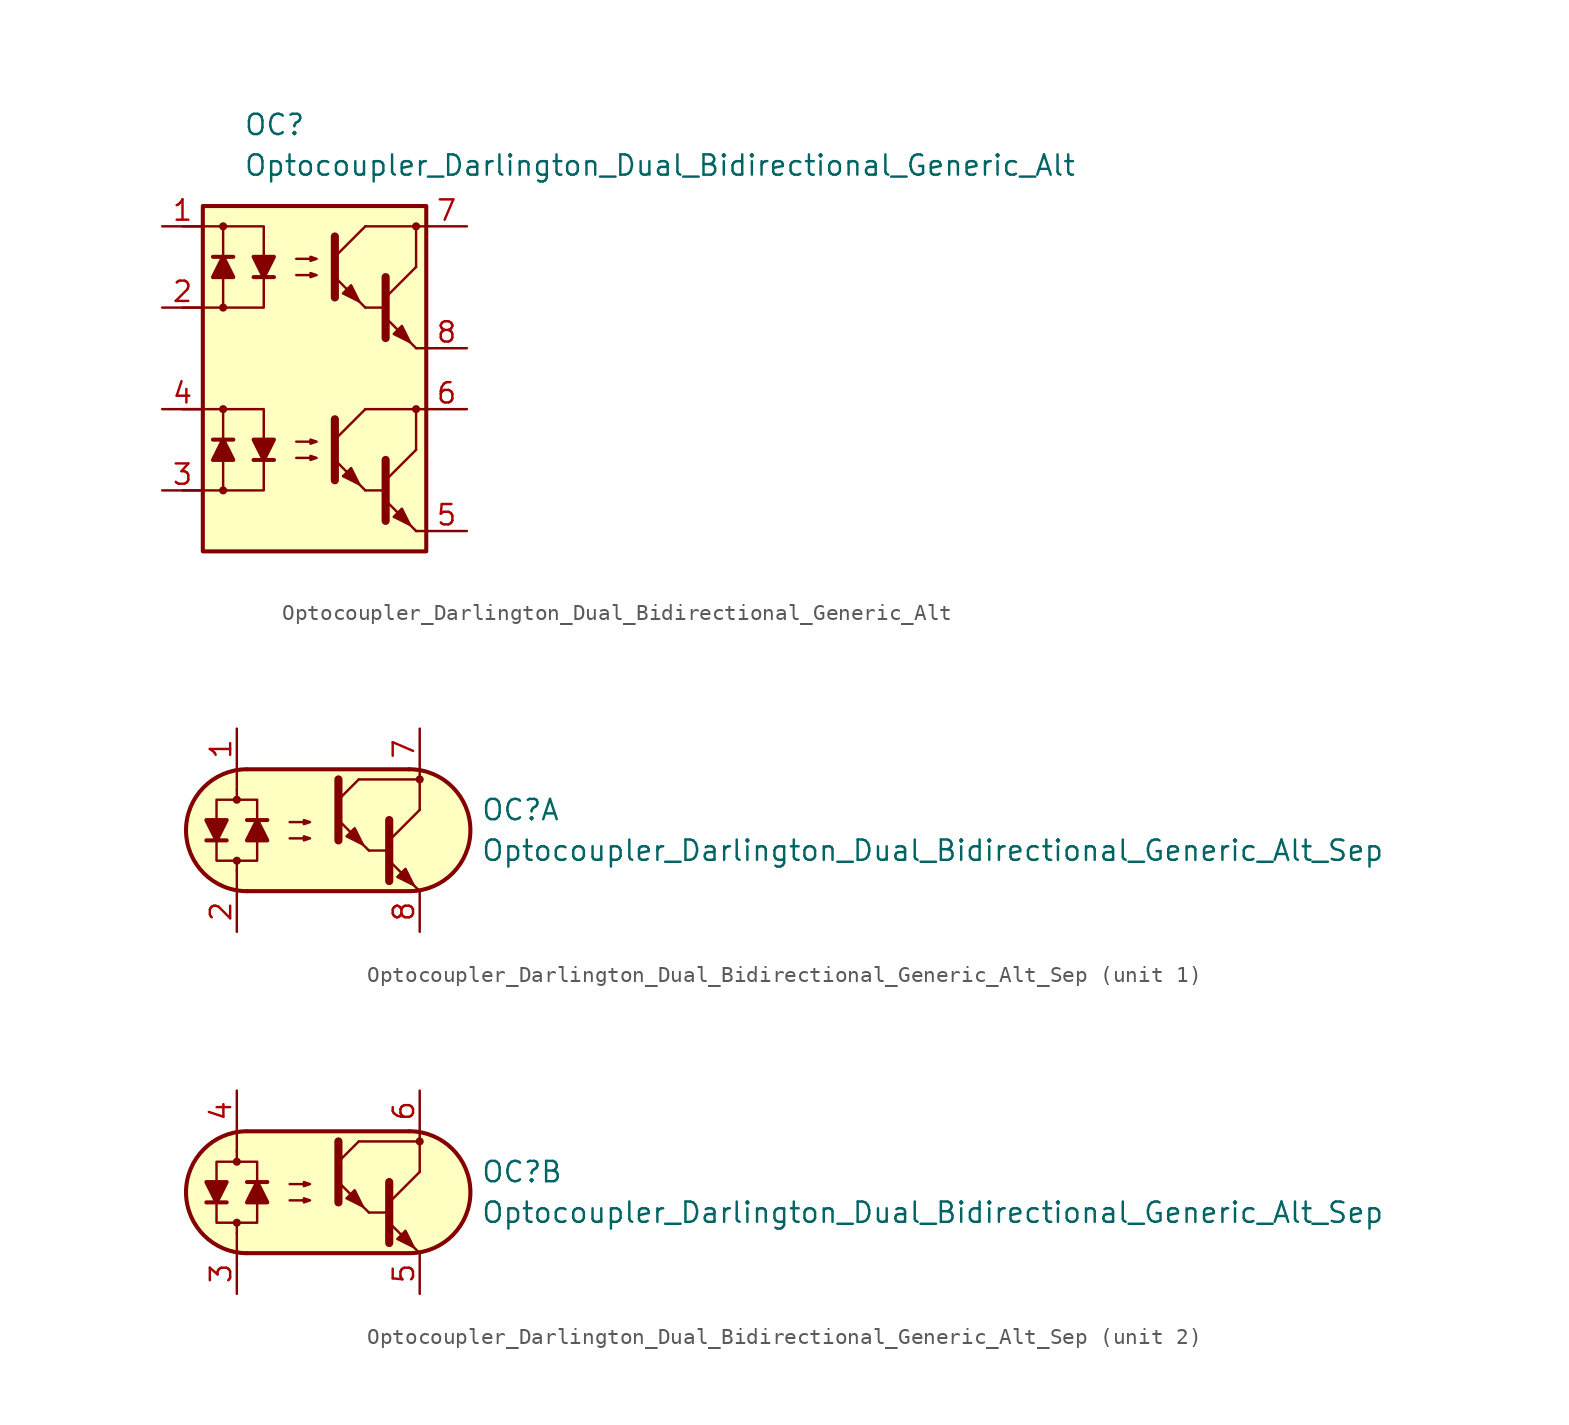
<source format=kicad_sym>
(kicad_symbol_lib
  (version 20211014)
  (generator kicad_symbol_editor)
  (symbol "Optocoupler_AKL:Optocoupler_Darlington_Dual_Bidirectional_Generic_Alt"
    (pin_names
      (offset 1.016))
    (property "Reference" "OC"
      (at -3.81 15.24 0)
      (effects (font (size 1.27 1.27)) (justify left)))
    (property "Value" "Optocoupler_Darlington_Dual_Bidirectional_Generic_Alt"
      (at -3.81 12.7 0)
      (effects (font (size 1.27 1.27)) (justify left)))
    (symbol "Optocoupler_Darlington_Dual_Bidirectional_Generic_Alt_0_1"
      (rectangle (start -6.35 10.16) (end 7.62 -11.43) (stroke (width 0.254) (type default) (color 0 0 0 0)) (fill (type background)))
      (polyline (pts (xy 3.81 3.81) (xy 5.08 3.81)) (stroke (width 0) (type default) (color 0 0 0 0)) (fill (type none)))
      (polyline (pts (xy 5.08 4.445) (xy 6.985 6.35)) (stroke (width 0) (type default) (color 0 0 0 0)) (fill (type none)))
      (polyline (pts (xy 6.985 1.27) (xy 5.08 3.175)) (stroke (width 0) (type default) (color 0 0 0 0)) (fill (type outline)))
      (polyline (pts (xy 6.985 1.27) (xy 7.62 1.27)) (stroke (width 0) (type default) (color 0 0 0 0)) (fill (type none)))
      (polyline (pts (xy 6.985 6.35) (xy 6.985 8.89)) (stroke (width 0) (type default) (color 0 0 0 0)) (fill (type none)))
      (polyline (pts (xy 7.62 8.89) (xy 3.81 8.89)) (stroke (width 0) (type default) (color 0 0 0 0)) (fill (type none)))
      (polyline (pts (xy 5.08 5.715) (xy 5.08 1.905) (xy 5.08 1.905)) (stroke (width 0.508) (type default) (color 0 0 0 0)) (fill (type none)))
      (polyline (pts (xy -0.508 5.842) (xy 0.762 5.842) (xy 0.381 5.715) (xy 0.381 5.969) (xy 0.762 5.842)) (stroke (width 0) (type default) (color 0 0 0 0)) (fill (type none)))
      (polyline (pts (xy -0.508 6.858) (xy 0.762 6.858) (xy 0.381 6.731) (xy 0.381 6.985) (xy 0.762 6.858)) (stroke (width 0) (type default) (color 0 0 0 0)) (fill (type none)))
      (polyline (pts (xy 5.588 2.159) (xy 6.096 2.667) (xy 6.604 1.651) (xy 5.588 2.159) (xy 5.588 2.159)) (stroke (width 0) (type default) (color 0 0 0 0)) (fill (type outline)))
      (circle (center 6.985 8.89) (radius 0.178) (stroke (width 0)) (stroke (width 0) (type default) (color 0 0 0 0)) (fill (type outline))))
    (symbol "Optocoupler_Darlington_Dual_Bidirectional_Generic_Alt_1_1"
      (circle (center -5.08 -7.62) (radius 0.178) (stroke (width 0)) (stroke (width 0) (type default) (color 0 0 0 0)) (fill (type outline)))
      (circle (center -5.08 -2.54) (radius 0.178) (stroke (width 0)) (stroke (width 0) (type default) (color 0 0 0 0)) (fill (type outline)))
      (circle (center -5.08 3.81) (radius 0.178) (stroke (width 0)) (stroke (width 0) (type default) (color 0 0 0 0)) (fill (type outline)))
      (circle (center -5.08 8.89) (radius 0.178) (stroke (width 0)) (stroke (width 0) (type default) (color 0 0 0 0)) (fill (type outline)))
      (polyline (pts (xy -4.445 -4.445) (xy -5.715 -4.445)) (stroke (width 0.254) (type default) (color 0 0 0 0)) (fill (type none)))
      (polyline (pts (xy -4.445 6.985) (xy -5.715 6.985)) (stroke (width 0.254) (type default) (color 0 0 0 0)) (fill (type none)))
      (polyline (pts (xy -3.175 -5.715) (xy -1.905 -5.715)) (stroke (width 0.254) (type default) (color 0 0 0 0)) (fill (type none)))
      (polyline (pts (xy -3.175 5.715) (xy -1.905 5.715)) (stroke (width 0.254) (type default) (color 0 0 0 0)) (fill (type none)))
      (polyline (pts (xy 1.905 -4.445) (xy 3.81 -2.54)) (stroke (width 0) (type default) (color 0 0 0 0)) (fill (type none)))
      (polyline (pts (xy 1.905 6.985) (xy 3.81 8.89)) (stroke (width 0) (type default) (color 0 0 0 0)) (fill (type none)))
      (polyline (pts (xy 3.81 -7.62) (xy 1.905 -5.715)) (stroke (width 0) (type default) (color 0 0 0 0)) (fill (type outline)))
      (polyline (pts (xy 3.81 -7.62) (xy 5.08 -7.62)) (stroke (width 0) (type default) (color 0 0 0 0)) (fill (type none)))
      (polyline (pts (xy 3.81 3.81) (xy 1.905 5.715)) (stroke (width 0) (type default) (color 0 0 0 0)) (fill (type outline)))
      (polyline (pts (xy 5.08 -6.985) (xy 6.985 -5.08)) (stroke (width 0) (type default) (color 0 0 0 0)) (fill (type none)))
      (polyline (pts (xy 6.985 -10.16) (xy 5.08 -8.255)) (stroke (width 0) (type default) (color 0 0 0 0)) (fill (type outline)))
      (polyline (pts (xy 6.985 -10.16) (xy 7.62 -10.16)) (stroke (width 0) (type default) (color 0 0 0 0)) (fill (type none)))
      (polyline (pts (xy 6.985 -5.08) (xy 6.985 -2.54)) (stroke (width 0) (type default) (color 0 0 0 0)) (fill (type none)))
      (polyline (pts (xy 7.62 -2.54) (xy 3.81 -2.54)) (stroke (width 0) (type default) (color 0 0 0 0)) (fill (type none)))
      (polyline (pts (xy -7.62 -2.54) (xy -5.08 -2.54) (xy -5.08 -5.715)) (stroke (width 0) (type default) (color 0 0 0 0)) (fill (type none)))
      (polyline (pts (xy -7.62 8.89) (xy -5.08 8.89) (xy -5.08 5.715)) (stroke (width 0) (type default) (color 0 0 0 0)) (fill (type none)))
      (polyline (pts (xy -5.08 -5.715) (xy -5.08 -7.62) (xy -7.62 -7.62)) (stroke (width 0) (type default) (color 0 0 0 0)) (fill (type none)))
      (polyline (pts (xy -5.08 -2.54) (xy -2.54 -2.54) (xy -2.54 -5.715)) (stroke (width 0) (type default) (color 0 0 0 0)) (fill (type none)))
      (polyline (pts (xy -5.08 5.715) (xy -5.08 3.81) (xy -7.62 3.81)) (stroke (width 0) (type default) (color 0 0 0 0)) (fill (type none)))
      (polyline (pts (xy -5.08 8.89) (xy -2.54 8.89) (xy -2.54 5.715)) (stroke (width 0) (type default) (color 0 0 0 0)) (fill (type none)))
      (polyline (pts (xy -2.54 -5.715) (xy -2.54 -7.62) (xy -5.08 -7.62)) (stroke (width 0) (type default) (color 0 0 0 0)) (fill (type none)))
      (polyline (pts (xy -2.54 5.715) (xy -2.54 3.81) (xy -5.08 3.81)) (stroke (width 0) (type default) (color 0 0 0 0)) (fill (type none)))
      (polyline (pts (xy 1.905 -3.175) (xy 1.905 -6.985) (xy 1.905 -6.985)) (stroke (width 0.508) (type default) (color 0 0 0 0)) (fill (type none)))
      (polyline (pts (xy 1.905 8.255) (xy 1.905 4.445) (xy 1.905 4.445)) (stroke (width 0.508) (type default) (color 0 0 0 0)) (fill (type none)))
      (polyline (pts (xy 5.08 -5.715) (xy 5.08 -9.525) (xy 5.08 -9.525)) (stroke (width 0.508) (type default) (color 0 0 0 0)) (fill (type none)))
      (polyline (pts (xy -5.08 -4.445) (xy -4.445 -5.715) (xy -5.715 -5.715) (xy -5.08 -4.445)) (stroke (width 0.254) (type default) (color 0 0 0 0)) (fill (type outline)))
      (polyline (pts (xy -5.08 6.985) (xy -4.445 5.715) (xy -5.715 5.715) (xy -5.08 6.985)) (stroke (width 0.254) (type default) (color 0 0 0 0)) (fill (type outline)))
      (polyline (pts (xy -2.54 -5.715) (xy -3.175 -4.445) (xy -1.905 -4.445) (xy -2.54 -5.715)) (stroke (width 0.254) (type default) (color 0 0 0 0)) (fill (type outline)))
      (polyline (pts (xy -2.54 5.715) (xy -3.175 6.985) (xy -1.905 6.985) (xy -2.54 5.715)) (stroke (width 0.254) (type default) (color 0 0 0 0)) (fill (type outline)))
      (polyline (pts (xy -0.508 -5.588) (xy 0.762 -5.588) (xy 0.381 -5.715) (xy 0.381 -5.461) (xy 0.762 -5.588)) (stroke (width 0) (type default) (color 0 0 0 0)) (fill (type none)))
      (polyline (pts (xy -0.508 -4.572) (xy 0.762 -4.572) (xy 0.381 -4.699) (xy 0.381 -4.445) (xy 0.762 -4.572)) (stroke (width 0) (type default) (color 0 0 0 0)) (fill (type none)))
      (polyline (pts (xy 2.413 -6.731) (xy 2.921 -6.223) (xy 3.429 -7.239) (xy 2.413 -6.731) (xy 2.413 -6.731)) (stroke (width 0) (type default) (color 0 0 0 0)) (fill (type outline)))
      (polyline (pts (xy 2.413 4.699) (xy 2.921 5.207) (xy 3.429 4.191) (xy 2.413 4.699) (xy 2.413 4.699)) (stroke (width 0) (type default) (color 0 0 0 0)) (fill (type outline)))
      (polyline (pts (xy 5.588 -9.271) (xy 6.096 -8.763) (xy 6.604 -9.779) (xy 5.588 -9.271) (xy 5.588 -9.271)) (stroke (width 0) (type default) (color 0 0 0 0)) (fill (type outline)))
      (circle (center 6.985 -2.54) (radius 0.178) (stroke (width 0)) (stroke (width 0) (type default) (color 0 0 0 0)) (fill (type outline)))
      (pin passive line (at -8.89 8.89 0) (length 2.54) (name "~" (effects (font (size 1.27 1.27)))) (number "1" (effects (font (size 1.27 1.27)))))
      (pin passive line (at -8.89 3.81 0) (length 2.54) (name "~" (effects (font (size 1.27 1.27)))) (number "2" (effects (font (size 1.27 1.27)))))
      (pin passive line (at -8.89 -7.62 0) (length 2.54) (name "~" (effects (font (size 1.27 1.27)))) (number "3" (effects (font (size 1.27 1.27)))))
      (pin passive line (at -8.89 -2.54 0) (length 2.54) (name "~" (effects (font (size 1.27 1.27)))) (number "4" (effects (font (size 1.27 1.27)))))
      (pin passive line (at 10.16 -10.16 180) (length 2.54) (name "~" (effects (font (size 1.27 1.27)))) (number "5" (effects (font (size 1.27 1.27)))))
      (pin passive line (at 10.16 -2.54 180) (length 2.54) (name "~" (effects (font (size 1.27 1.27)))) (number "6" (effects (font (size 1.27 1.27)))))
      (pin passive line (at 10.16 8.89 180) (length 2.54) (name "~" (effects (font (size 1.27 1.27)))) (number "7" (effects (font (size 1.27 1.27)))))
      (pin passive line (at 10.16 1.27 180) (length 2.54) (name "~" (effects (font (size 1.27 1.27)))) (number "8" (effects (font (size 1.27 1.27)))))))
  (symbol "Optocoupler_AKL:Optocoupler_Darlington_Dual_Bidirectional_Generic_Alt_Sep"
    (pin_names
      (offset 1.016))
    (property "Reference" "OC"
      (at 10.16 1.27 0)
      (effects (font (size 1.27 1.27)) (justify left)))
    (property "Value" "Optocoupler_Darlington_Dual_Bidirectional_Generic_Alt_Sep"
      (at 10.16 -1.27 0)
      (effects (font (size 1.27 1.27)) (justify left)))
    (symbol "Optocoupler_Darlington_Dual_Bidirectional_Generic_Alt_Sep_0_1"
      (arc (start -4.4835 3.8099) (mid -8.2551 -0.016) (end -4.4516 -3.8101) (stroke (width 0.254) (type default) (color 0 0 0 0)) (fill (type none)))
      (polyline (pts (xy -5.08 -2.54) (xy -5.08 -3.81)) (stroke (width 0.152) (type default) (color 0 0 0 0)) (fill (type none)))
      (polyline (pts (xy -5.08 1.905) (xy -5.08 2.54)) (stroke (width 0.152) (type default) (color 0 0 0 0)) (fill (type none)))
      (polyline (pts (xy -5.08 2.54) (xy -5.08 3.81)) (stroke (width 0.152) (type default) (color 0 0 0 0)) (fill (type none)))
      (polyline (pts (xy -4.445 -3.81) (xy 5.715 -3.81)) (stroke (width 0.254) (type default) (color 0 0 0 0)) (fill (type none)))
      (polyline (pts (xy 2.54 3.175) (xy 6.35 3.175)) (stroke (width 0.152) (type default) (color 0 0 0 0)) (fill (type none)))
      (polyline (pts (xy 3.175 -1.27) (xy 4.445 -1.27)) (stroke (width 0) (type default) (color 0 0 0 0)) (fill (type none)))
      (polyline (pts (xy 4.445 -0.635) (xy 6.35 1.27)) (stroke (width 0) (type default) (color 0 0 0 0)) (fill (type none)))
      (polyline (pts (xy 5.715 3.81) (xy -4.445 3.81)) (stroke (width 0.254) (type default) (color 0 0 0 0)) (fill (type none)))
      (polyline (pts (xy 6.35 -3.81) (xy 4.445 -1.905)) (stroke (width 0) (type default) (color 0 0 0 0)) (fill (type outline)))
      (polyline (pts (xy 6.35 1.27) (xy 6.35 3.81)) (stroke (width 0.152) (type default) (color 0 0 0 0)) (fill (type none)))
      (polyline (pts (xy 4.445 0.635) (xy 4.445 -3.175) (xy 4.445 -3.175)) (stroke (width 0.508) (type default) (color 0 0 0 0)) (fill (type none)))
      (polyline (pts (xy -1.778 -0.508) (xy -0.508 -0.508) (xy -0.889 -0.635) (xy -0.889 -0.381) (xy -0.508 -0.508)) (stroke (width 0) (type default) (color 0 0 0 0)) (fill (type none)))
      (polyline (pts (xy -1.778 0.508) (xy -0.508 0.508) (xy -0.889 0.381) (xy -0.889 0.635) (xy -0.508 0.508)) (stroke (width 0) (type default) (color 0 0 0 0)) (fill (type none)))
      (polyline (pts (xy 4.953 -2.921) (xy 5.461 -2.413) (xy 5.969 -3.429) (xy 4.953 -2.921) (xy 4.953 -2.921)) (stroke (width 0) (type default) (color 0 0 0 0)) (fill (type outline)))
      (polyline (pts (xy -5.08 -2.54) (xy -5.08 -1.905) (xy -6.35 -1.905) (xy -6.35 1.905) (xy -3.81 1.905) (xy -3.81 -1.905) (xy -5.08 -1.905)) (stroke (width 0.152) (type default) (color 0 0 0 0)) (fill (type none)))
      (polyline (pts (xy 5.715 3.81) (xy -4.064 3.81) (xy -4.572 3.81) (xy -5.207 3.683) (xy -5.842 3.556) (xy -6.604 3.175) (xy -7.239 2.54) (xy -7.747 1.778) (xy -8.255 0.508) (xy -8.255 -0.508) (xy -8.001 -1.397) (xy -7.112 -2.667) (xy -6.096 -3.429) (xy -4.572 -3.81) (xy 6.096 -3.81) (xy 7.112 -3.556) (xy 8.128 -2.921) (xy 8.89 -2.159) (xy 9.271 -1.397) (xy 9.525 -0.127) (xy 9.398 0.889) (xy 9.144 1.651) (xy 8.763 2.286) (xy 8.255 2.794) (xy 7.62 3.302) (xy 6.731 3.683) (xy 5.715 3.81)) (stroke (width 0.01) (type default) (color 0 0 0 0)) (fill (type background)))
      (arc (start 5.7469 -3.81) (mid 9.5185 0.0159) (end 5.715 3.81) (stroke (width 0.254) (type default) (color 0 0 0 0)) (fill (type none))))
    (symbol "Optocoupler_Darlington_Dual_Bidirectional_Generic_Alt_Sep_1_1"
      (circle (center -5.08 -1.905) (radius 0.178) (stroke (width 0)) (stroke (width 0) (type default) (color 0 0 0 0)) (fill (type outline)))
      (circle (center -5.08 1.905) (radius 0.178) (stroke (width 0)) (stroke (width 0) (type default) (color 0 0 0 0)) (fill (type outline)))
      (polyline (pts (xy -6.985 -0.635) (xy -5.715 -0.635)) (stroke (width 0.254) (type default) (color 0 0 0 0)) (fill (type none)))
      (polyline (pts (xy -3.175 0.635) (xy -4.445 0.635)) (stroke (width 0.254) (type default) (color 0 0 0 0)) (fill (type none)))
      (polyline (pts (xy 1.27 1.905) (xy 2.54 3.175)) (stroke (width 0) (type default) (color 0 0 0 0)) (fill (type none)))
      (polyline (pts (xy 3.175 -1.27) (xy 1.27 0.635)) (stroke (width 0) (type default) (color 0 0 0 0)) (fill (type outline)))
      (polyline (pts (xy 1.27 3.175) (xy 1.27 -0.635) (xy 1.27 -0.635)) (stroke (width 0.508) (type default) (color 0 0 0 0)) (fill (type none)))
      (polyline (pts (xy -6.35 -0.635) (xy -6.985 0.635) (xy -5.715 0.635) (xy -6.35 -0.635)) (stroke (width 0.254) (type default) (color 0 0 0 0)) (fill (type outline)))
      (polyline (pts (xy -3.81 0.635) (xy -3.175 -0.635) (xy -4.445 -0.635) (xy -3.81 0.635)) (stroke (width 0.254) (type default) (color 0 0 0 0)) (fill (type outline)))
      (polyline (pts (xy 1.778 -0.381) (xy 2.286 0.127) (xy 2.794 -0.889) (xy 1.778 -0.381) (xy 1.778 -0.381)) (stroke (width 0) (type default) (color 0 0 0 0)) (fill (type outline)))
      (circle (center 6.35 3.175) (radius 0.178) (stroke (width 0)) (stroke (width 0) (type default) (color 0 0 0 0)) (fill (type outline)))
      (pin passive line (at -5.08 6.35 270) (length 2.54) (name "~" (effects (font (size 1.27 1.27)))) (number "1" (effects (font (size 1.27 1.27)))))
      (pin passive line (at -5.08 -6.35 90) (length 2.54) (name "~" (effects (font (size 1.27 1.27)))) (number "2" (effects (font (size 1.27 1.27)))))
      (pin passive line (at 6.35 6.35 270) (length 2.54) (name "~" (effects (font (size 1.27 1.27)))) (number "7" (effects (font (size 1.27 1.27)))))
      (pin passive line (at 6.35 -6.35 90) (length 2.54) (name "~" (effects (font (size 1.27 1.27)))) (number "8" (effects (font (size 1.27 1.27))))))
    (symbol "Optocoupler_Darlington_Dual_Bidirectional_Generic_Alt_Sep_2_1"
      (circle (center -5.08 -1.905) (radius 0.178) (stroke (width 0)) (stroke (width 0) (type default) (color 0 0 0 0)) (fill (type outline)))
      (circle (center -5.08 1.905) (radius 0.178) (stroke (width 0)) (stroke (width 0) (type default) (color 0 0 0 0)) (fill (type outline)))
      (polyline (pts (xy -6.985 -0.635) (xy -5.715 -0.635)) (stroke (width 0.254) (type default) (color 0 0 0 0)) (fill (type none)))
      (polyline (pts (xy -3.175 0.635) (xy -4.445 0.635)) (stroke (width 0.254) (type default) (color 0 0 0 0)) (fill (type none)))
      (polyline (pts (xy 1.27 1.905) (xy 2.54 3.175)) (stroke (width 0) (type default) (color 0 0 0 0)) (fill (type none)))
      (polyline (pts (xy 3.175 -1.27) (xy 1.27 0.635)) (stroke (width 0) (type default) (color 0 0 0 0)) (fill (type outline)))
      (polyline (pts (xy 1.27 3.175) (xy 1.27 -0.635) (xy 1.27 -0.635)) (stroke (width 0.508) (type default) (color 0 0 0 0)) (fill (type none)))
      (polyline (pts (xy -6.35 -0.635) (xy -6.985 0.635) (xy -5.715 0.635) (xy -6.35 -0.635)) (stroke (width 0.254) (type default) (color 0 0 0 0)) (fill (type outline)))
      (polyline (pts (xy -3.81 0.635) (xy -3.175 -0.635) (xy -4.445 -0.635) (xy -3.81 0.635)) (stroke (width 0.254) (type default) (color 0 0 0 0)) (fill (type outline)))
      (polyline (pts (xy 1.778 -0.381) (xy 2.286 0.127) (xy 2.794 -0.889) (xy 1.778 -0.381) (xy 1.778 -0.381)) (stroke (width 0) (type default) (color 0 0 0 0)) (fill (type outline)))
      (circle (center 6.35 3.175) (radius 0.178) (stroke (width 0)) (stroke (width 0) (type default) (color 0 0 0 0)) (fill (type outline)))
      (pin passive line (at -5.08 -6.35 90) (length 2.54) (name "~" (effects (font (size 1.27 1.27)))) (number "3" (effects (font (size 1.27 1.27)))))
      (pin passive line (at -5.08 6.35 270) (length 2.54) (name "~" (effects (font (size 1.27 1.27)))) (number "4" (effects (font (size 1.27 1.27)))))
      (pin passive line (at 6.35 -6.35 90) (length 2.54) (name "~" (effects (font (size 1.27 1.27)))) (number "5" (effects (font (size 1.27 1.27)))))
      (pin passive line (at 6.35 6.35 270) (length 2.54) (name "~" (effects (font (size 1.27 1.27)))) (number "6" (effects (font (size 1.27 1.27))))))))
</source>
